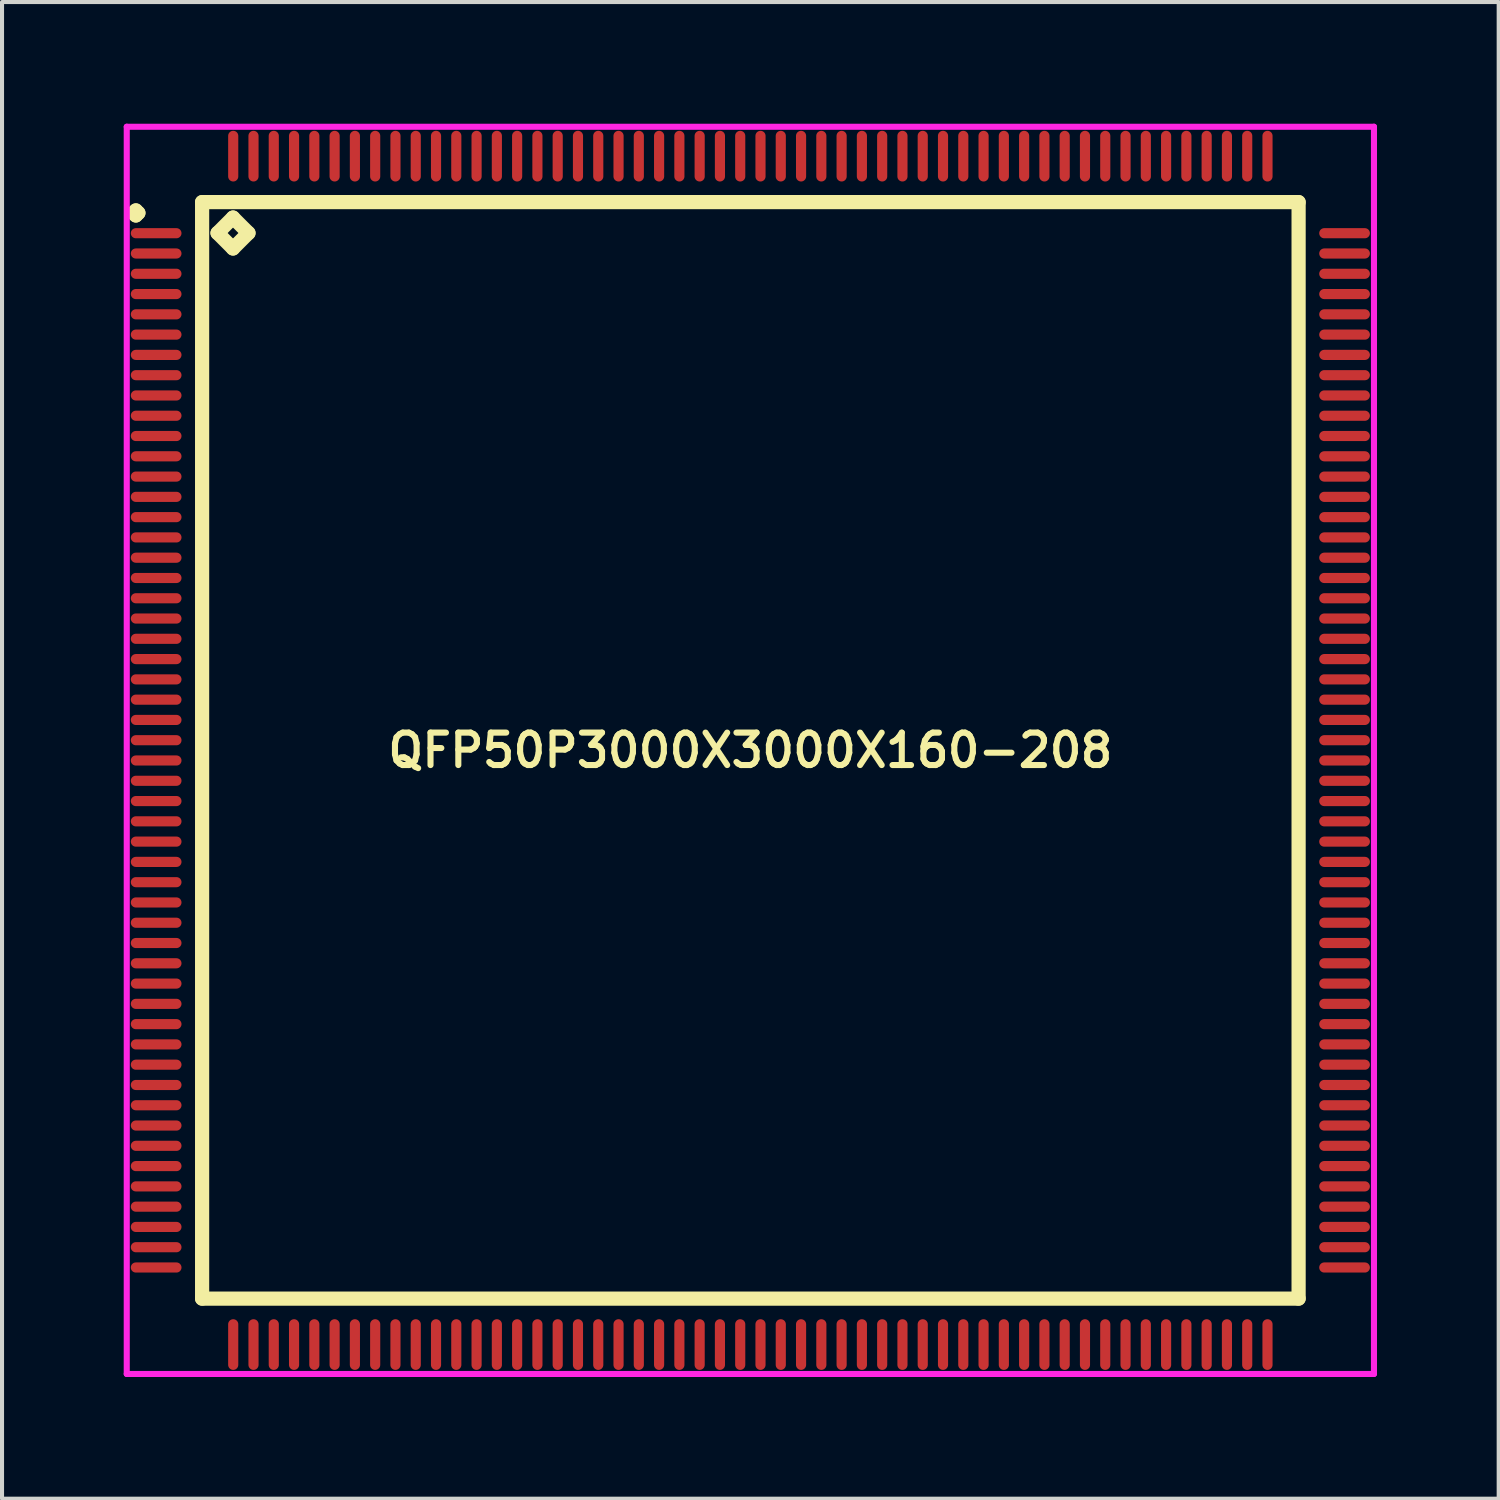
<source format=kicad_pcb>
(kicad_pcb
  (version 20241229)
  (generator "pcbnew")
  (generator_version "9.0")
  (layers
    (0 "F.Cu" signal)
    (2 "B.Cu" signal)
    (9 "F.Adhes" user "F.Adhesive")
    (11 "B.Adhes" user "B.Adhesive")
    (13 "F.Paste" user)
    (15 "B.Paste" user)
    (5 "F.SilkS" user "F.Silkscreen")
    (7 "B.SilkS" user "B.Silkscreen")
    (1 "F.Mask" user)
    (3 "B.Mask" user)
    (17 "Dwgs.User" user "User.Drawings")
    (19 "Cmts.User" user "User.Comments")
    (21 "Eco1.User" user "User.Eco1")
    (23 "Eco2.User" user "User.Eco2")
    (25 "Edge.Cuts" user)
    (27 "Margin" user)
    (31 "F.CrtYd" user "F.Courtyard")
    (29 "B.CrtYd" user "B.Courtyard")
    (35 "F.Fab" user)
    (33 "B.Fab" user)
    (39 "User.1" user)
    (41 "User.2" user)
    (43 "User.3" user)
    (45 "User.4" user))
  (footprint "QFP50P3000X3000X160-208"
    (layer "F.Cu")
    (at 15.45 15.45)
    (property "Reference" "QFP50P3000X3000X160-208" (at 0 0 0) (layer "F.SilkS") (effects (font (size 0.8 0.8) (thickness 0.15))))
    (attr through_hole)
    (fp_line (start -15.213 -13.25) (end -15.15 -13.312) (stroke (width 0.35) (type solid)) (layer "F.SilkS"))
    (fp_line (start -15.15 -13.312) (end -15.088 -13.25) (stroke (width 0.35) (type solid)) (layer "F.SilkS"))
    (fp_line (start -15.15 -13.188) (end -15.213 -13.25) (stroke (width 0.35) (type solid)) (layer "F.SilkS"))
    (fp_line (start -15.088 -13.25) (end -15.15 -13.188) (stroke (width 0.35) (type solid)) (layer "F.SilkS"))
    (fp_line (start -13.517 -13.517) (end -13.517 13.517) (stroke (width 0.35) (type solid)) (layer "F.SilkS"))
    (fp_line (start -13.517 13.517) (end 13.517 13.517) (stroke (width 0.35) (type solid)) (layer "F.SilkS"))
    (fp_line (start -13.136 -12.755) (end -12.755 -13.136) (stroke (width 0.35) (type solid)) (layer "F.SilkS"))
    (fp_line (start -12.755 -13.136) (end -12.374 -12.755) (stroke (width 0.35) (type solid)) (layer "F.SilkS"))
    (fp_line (start -12.755 -12.374) (end -13.136 -12.755) (stroke (width 0.35) (type solid)) (layer "F.SilkS"))
    (fp_line (start -12.374 -12.755) (end -12.755 -12.374) (stroke (width 0.35) (type solid)) (layer "F.SilkS"))
    (fp_line (start 13.517 -13.517) (end -13.517 -13.517) (stroke (width 0.35) (type solid)) (layer "F.SilkS"))
    (fp_line (start 13.517 13.517) (end 13.517 -13.517) (stroke (width 0.35) (type solid)) (layer "F.SilkS"))
    (fp_line (start -15.375 -15.375) (end 15.375 -15.375) (stroke (width 0.15) (type solid)) (layer "F.CrtYd"))
    (fp_line (start -15.375 15.375) (end -15.375 -15.375) (stroke (width 0.15) (type solid)) (layer "F.CrtYd"))
    (fp_line (start 15.375 -15.375) (end 15.375 15.375) (stroke (width 0.15) (type solid)) (layer "F.CrtYd"))
    (fp_line (start 15.375 15.375) (end -15.375 15.375) (stroke (width 0.15) (type solid)) (layer "F.CrtYd"))
    (pad "1" smd oval (at -14.65 -12.75) (size 1.25 0.25) (layers "F.Cu" "F.Mask" "F.Paste"))
    (pad "2" smd oval (at -14.65 -12.25) (size 1.25 0.25) (layers "F.Cu" "F.Mask" "F.Paste"))
    (pad "3" smd oval (at -14.65 -11.75) (size 1.25 0.25) (layers "F.Cu" "F.Mask" "F.Paste"))
    (pad "4" smd oval (at -14.65 -11.25) (size 1.25 0.25) (layers "F.Cu" "F.Mask" "F.Paste"))
    (pad "5" smd oval (at -14.65 -10.75) (size 1.25 0.25) (layers "F.Cu" "F.Mask" "F.Paste"))
    (pad "6" smd oval (at -14.65 -10.25) (size 1.25 0.25) (layers "F.Cu" "F.Mask" "F.Paste"))
    (pad "7" smd oval (at -14.65 -9.75) (size 1.25 0.25) (layers "F.Cu" "F.Mask" "F.Paste"))
    (pad "8" smd oval (at -14.65 -9.25) (size 1.25 0.25) (layers "F.Cu" "F.Mask" "F.Paste"))
    (pad "9" smd oval (at -14.65 -8.75) (size 1.25 0.25) (layers "F.Cu" "F.Mask" "F.Paste"))
    (pad "10" smd oval (at -14.65 -8.25) (size 1.25 0.25) (layers "F.Cu" "F.Mask" "F.Paste"))
    (pad "11" smd oval (at -14.65 -7.75) (size 1.25 0.25) (layers "F.Cu" "F.Mask" "F.Paste"))
    (pad "12" smd oval (at -14.65 -7.25) (size 1.25 0.25) (layers "F.Cu" "F.Mask" "F.Paste"))
    (pad "13" smd oval (at -14.65 -6.75) (size 1.25 0.25) (layers "F.Cu" "F.Mask" "F.Paste"))
    (pad "14" smd oval (at -14.65 -6.25) (size 1.25 0.25) (layers "F.Cu" "F.Mask" "F.Paste"))
    (pad "15" smd oval (at -14.65 -5.75) (size 1.25 0.25) (layers "F.Cu" "F.Mask" "F.Paste"))
    (pad "16" smd oval (at -14.65 -5.25) (size 1.25 0.25) (layers "F.Cu" "F.Mask" "F.Paste"))
    (pad "17" smd oval (at -14.65 -4.75) (size 1.25 0.25) (layers "F.Cu" "F.Mask" "F.Paste"))
    (pad "18" smd oval (at -14.65 -4.25) (size 1.25 0.25) (layers "F.Cu" "F.Mask" "F.Paste"))
    (pad "19" smd oval (at -14.65 -3.75) (size 1.25 0.25) (layers "F.Cu" "F.Mask" "F.Paste"))
    (pad "20" smd oval (at -14.65 -3.25) (size 1.25 0.25) (layers "F.Cu" "F.Mask" "F.Paste"))
    (pad "21" smd oval (at -14.65 -2.75) (size 1.25 0.25) (layers "F.Cu" "F.Mask" "F.Paste"))
    (pad "22" smd oval (at -14.65 -2.25) (size 1.25 0.25) (layers "F.Cu" "F.Mask" "F.Paste"))
    (pad "23" smd oval (at -14.65 -1.75) (size 1.25 0.25) (layers "F.Cu" "F.Mask" "F.Paste"))
    (pad "24" smd oval (at -14.65 -1.25) (size 1.25 0.25) (layers "F.Cu" "F.Mask" "F.Paste"))
    (pad "25" smd oval (at -14.65 -0.75) (size 1.25 0.25) (layers "F.Cu" "F.Mask" "F.Paste"))
    (pad "26" smd oval (at -14.65 -0.25) (size 1.25 0.25) (layers "F.Cu" "F.Mask" "F.Paste"))
    (pad "27" smd oval (at -14.65 0.25) (size 1.25 0.25) (layers "F.Cu" "F.Mask" "F.Paste"))
    (pad "28" smd oval (at -14.65 0.75) (size 1.25 0.25) (layers "F.Cu" "F.Mask" "F.Paste"))
    (pad "29" smd oval (at -14.65 1.25) (size 1.25 0.25) (layers "F.Cu" "F.Mask" "F.Paste"))
    (pad "30" smd oval (at -14.65 1.75) (size 1.25 0.25) (layers "F.Cu" "F.Mask" "F.Paste"))
    (pad "31" smd oval (at -14.65 2.25) (size 1.25 0.25) (layers "F.Cu" "F.Mask" "F.Paste"))
    (pad "32" smd oval (at -14.65 2.75) (size 1.25 0.25) (layers "F.Cu" "F.Mask" "F.Paste"))
    (pad "33" smd oval (at -14.65 3.25) (size 1.25 0.25) (layers "F.Cu" "F.Mask" "F.Paste"))
    (pad "34" smd oval (at -14.65 3.75) (size 1.25 0.25) (layers "F.Cu" "F.Mask" "F.Paste"))
    (pad "35" smd oval (at -14.65 4.25) (size 1.25 0.25) (layers "F.Cu" "F.Mask" "F.Paste"))
    (pad "36" smd oval (at -14.65 4.75) (size 1.25 0.25) (layers "F.Cu" "F.Mask" "F.Paste"))
    (pad "37" smd oval (at -14.65 5.25) (size 1.25 0.25) (layers "F.Cu" "F.Mask" "F.Paste"))
    (pad "38" smd oval (at -14.65 5.75) (size 1.25 0.25) (layers "F.Cu" "F.Mask" "F.Paste"))
    (pad "39" smd oval (at -14.65 6.25) (size 1.25 0.25) (layers "F.Cu" "F.Mask" "F.Paste"))
    (pad "40" smd oval (at -14.65 6.75) (size 1.25 0.25) (layers "F.Cu" "F.Mask" "F.Paste"))
    (pad "41" smd oval (at -14.65 7.25) (size 1.25 0.25) (layers "F.Cu" "F.Mask" "F.Paste"))
    (pad "42" smd oval (at -14.65 7.75) (size 1.25 0.25) (layers "F.Cu" "F.Mask" "F.Paste"))
    (pad "43" smd oval (at -14.65 8.25) (size 1.25 0.25) (layers "F.Cu" "F.Mask" "F.Paste"))
    (pad "44" smd oval (at -14.65 8.75) (size 1.25 0.25) (layers "F.Cu" "F.Mask" "F.Paste"))
    (pad "45" smd oval (at -14.65 9.25) (size 1.25 0.25) (layers "F.Cu" "F.Mask" "F.Paste"))
    (pad "46" smd oval (at -14.65 9.75) (size 1.25 0.25) (layers "F.Cu" "F.Mask" "F.Paste"))
    (pad "47" smd oval (at -14.65 10.25) (size 1.25 0.25) (layers "F.Cu" "F.Mask" "F.Paste"))
    (pad "48" smd oval (at -14.65 10.75) (size 1.25 0.25) (layers "F.Cu" "F.Mask" "F.Paste"))
    (pad "49" smd oval (at -14.65 11.25) (size 1.25 0.25) (layers "F.Cu" "F.Mask" "F.Paste"))
    (pad "50" smd oval (at -14.65 11.75) (size 1.25 0.25) (layers "F.Cu" "F.Mask" "F.Paste"))
    (pad "51" smd oval (at -14.65 12.25) (size 1.25 0.25) (layers "F.Cu" "F.Mask" "F.Paste"))
    (pad "52" smd oval (at -14.65 12.75) (size 1.25 0.25) (layers "F.Cu" "F.Mask" "F.Paste"))
    (pad "53" smd oval (at -12.75 14.65) (size 0.25 1.25) (layers "F.Cu" "F.Mask" "F.Paste"))
    (pad "54" smd oval (at -12.25 14.65) (size 0.25 1.25) (layers "F.Cu" "F.Mask" "F.Paste"))
    (pad "55" smd oval (at -11.75 14.65) (size 0.25 1.25) (layers "F.Cu" "F.Mask" "F.Paste"))
    (pad "56" smd oval (at -11.25 14.65) (size 0.25 1.25) (layers "F.Cu" "F.Mask" "F.Paste"))
    (pad "57" smd oval (at -10.75 14.65) (size 0.25 1.25) (layers "F.Cu" "F.Mask" "F.Paste"))
    (pad "58" smd oval (at -10.25 14.65) (size 0.25 1.25) (layers "F.Cu" "F.Mask" "F.Paste"))
    (pad "59" smd oval (at -9.75 14.65) (size 0.25 1.25) (layers "F.Cu" "F.Mask" "F.Paste"))
    (pad "60" smd oval (at -9.25 14.65) (size 0.25 1.25) (layers "F.Cu" "F.Mask" "F.Paste"))
    (pad "61" smd oval (at -8.75 14.65) (size 0.25 1.25) (layers "F.Cu" "F.Mask" "F.Paste"))
    (pad "62" smd oval (at -8.25 14.65) (size 0.25 1.25) (layers "F.Cu" "F.Mask" "F.Paste"))
    (pad "63" smd oval (at -7.75 14.65) (size 0.25 1.25) (layers "F.Cu" "F.Mask" "F.Paste"))
    (pad "64" smd oval (at -7.25 14.65) (size 0.25 1.25) (layers "F.Cu" "F.Mask" "F.Paste"))
    (pad "65" smd oval (at -6.75 14.65) (size 0.25 1.25) (layers "F.Cu" "F.Mask" "F.Paste"))
    (pad "66" smd oval (at -6.25 14.65) (size 0.25 1.25) (layers "F.Cu" "F.Mask" "F.Paste"))
    (pad "67" smd oval (at -5.75 14.65) (size 0.25 1.25) (layers "F.Cu" "F.Mask" "F.Paste"))
    (pad "68" smd oval (at -5.25 14.65) (size 0.25 1.25) (layers "F.Cu" "F.Mask" "F.Paste"))
    (pad "69" smd oval (at -4.75 14.65) (size 0.25 1.25) (layers "F.Cu" "F.Mask" "F.Paste"))
    (pad "70" smd oval (at -4.25 14.65) (size 0.25 1.25) (layers "F.Cu" "F.Mask" "F.Paste"))
    (pad "71" smd oval (at -3.75 14.65) (size 0.25 1.25) (layers "F.Cu" "F.Mask" "F.Paste"))
    (pad "72" smd oval (at -3.25 14.65) (size 0.25 1.25) (layers "F.Cu" "F.Mask" "F.Paste"))
    (pad "73" smd oval (at -2.75 14.65) (size 0.25 1.25) (layers "F.Cu" "F.Mask" "F.Paste"))
    (pad "74" smd oval (at -2.25 14.65) (size 0.25 1.25) (layers "F.Cu" "F.Mask" "F.Paste"))
    (pad "75" smd oval (at -1.75 14.65) (size 0.25 1.25) (layers "F.Cu" "F.Mask" "F.Paste"))
    (pad "76" smd oval (at -1.25 14.65) (size 0.25 1.25) (layers "F.Cu" "F.Mask" "F.Paste"))
    (pad "77" smd oval (at -0.75 14.65) (size 0.25 1.25) (layers "F.Cu" "F.Mask" "F.Paste"))
    (pad "78" smd oval (at -0.25 14.65) (size 0.25 1.25) (layers "F.Cu" "F.Mask" "F.Paste"))
    (pad "79" smd oval (at 0.25 14.65) (size 0.25 1.25) (layers "F.Cu" "F.Mask" "F.Paste"))
    (pad "80" smd oval (at 0.75 14.65) (size 0.25 1.25) (layers "F.Cu" "F.Mask" "F.Paste"))
    (pad "81" smd oval (at 1.25 14.65) (size 0.25 1.25) (layers "F.Cu" "F.Mask" "F.Paste"))
    (pad "82" smd oval (at 1.75 14.65) (size 0.25 1.25) (layers "F.Cu" "F.Mask" "F.Paste"))
    (pad "83" smd oval (at 2.25 14.65) (size 0.25 1.25) (layers "F.Cu" "F.Mask" "F.Paste"))
    (pad "84" smd oval (at 2.75 14.65) (size 0.25 1.25) (layers "F.Cu" "F.Mask" "F.Paste"))
    (pad "85" smd oval (at 3.25 14.65) (size 0.25 1.25) (layers "F.Cu" "F.Mask" "F.Paste"))
    (pad "86" smd oval (at 3.75 14.65) (size 0.25 1.25) (layers "F.Cu" "F.Mask" "F.Paste"))
    (pad "87" smd oval (at 4.25 14.65) (size 0.25 1.25) (layers "F.Cu" "F.Mask" "F.Paste"))
    (pad "88" smd oval (at 4.75 14.65) (size 0.25 1.25) (layers "F.Cu" "F.Mask" "F.Paste"))
    (pad "89" smd oval (at 5.25 14.65) (size 0.25 1.25) (layers "F.Cu" "F.Mask" "F.Paste"))
    (pad "90" smd oval (at 5.75 14.65) (size 0.25 1.25) (layers "F.Cu" "F.Mask" "F.Paste"))
    (pad "91" smd oval (at 6.25 14.65) (size 0.25 1.25) (layers "F.Cu" "F.Mask" "F.Paste"))
    (pad "92" smd oval (at 6.75 14.65) (size 0.25 1.25) (layers "F.Cu" "F.Mask" "F.Paste"))
    (pad "93" smd oval (at 7.25 14.65) (size 0.25 1.25) (layers "F.Cu" "F.Mask" "F.Paste"))
    (pad "94" smd oval (at 7.75 14.65) (size 0.25 1.25) (layers "F.Cu" "F.Mask" "F.Paste"))
    (pad "95" smd oval (at 8.25 14.65) (size 0.25 1.25) (layers "F.Cu" "F.Mask" "F.Paste"))
    (pad "96" smd oval (at 8.75 14.65) (size 0.25 1.25) (layers "F.Cu" "F.Mask" "F.Paste"))
    (pad "97" smd oval (at 9.25 14.65) (size 0.25 1.25) (layers "F.Cu" "F.Mask" "F.Paste"))
    (pad "98" smd oval (at 9.75 14.65) (size 0.25 1.25) (layers "F.Cu" "F.Mask" "F.Paste"))
    (pad "99" smd oval (at 10.25 14.65) (size 0.25 1.25) (layers "F.Cu" "F.Mask" "F.Paste"))
    (pad "100" smd oval (at 10.75 14.65) (size 0.25 1.25) (layers "F.Cu" "F.Mask" "F.Paste"))
    (pad "101" smd oval (at 11.25 14.65) (size 0.25 1.25) (layers "F.Cu" "F.Mask" "F.Paste"))
    (pad "102" smd oval (at 11.75 14.65) (size 0.25 1.25) (layers "F.Cu" "F.Mask" "F.Paste"))
    (pad "103" smd oval (at 12.25 14.65) (size 0.25 1.25) (layers "F.Cu" "F.Mask" "F.Paste"))
    (pad "104" smd oval (at 12.75 14.65) (size 0.25 1.25) (layers "F.Cu" "F.Mask" "F.Paste"))
    (pad "105" smd oval (at 14.65 12.75) (size 1.25 0.25) (layers "F.Cu" "F.Mask" "F.Paste"))
    (pad "106" smd oval (at 14.65 12.25) (size 1.25 0.25) (layers "F.Cu" "F.Mask" "F.Paste"))
    (pad "107" smd oval (at 14.65 11.75) (size 1.25 0.25) (layers "F.Cu" "F.Mask" "F.Paste"))
    (pad "108" smd oval (at 14.65 11.25) (size 1.25 0.25) (layers "F.Cu" "F.Mask" "F.Paste"))
    (pad "109" smd oval (at 14.65 10.75) (size 1.25 0.25) (layers "F.Cu" "F.Mask" "F.Paste"))
    (pad "110" smd oval (at 14.65 10.25) (size 1.25 0.25) (layers "F.Cu" "F.Mask" "F.Paste"))
    (pad "111" smd oval (at 14.65 9.75) (size 1.25 0.25) (layers "F.Cu" "F.Mask" "F.Paste"))
    (pad "112" smd oval (at 14.65 9.25) (size 1.25 0.25) (layers "F.Cu" "F.Mask" "F.Paste"))
    (pad "113" smd oval (at 14.65 8.75) (size 1.25 0.25) (layers "F.Cu" "F.Mask" "F.Paste"))
    (pad "114" smd oval (at 14.65 8.25) (size 1.25 0.25) (layers "F.Cu" "F.Mask" "F.Paste"))
    (pad "115" smd oval (at 14.65 7.75) (size 1.25 0.25) (layers "F.Cu" "F.Mask" "F.Paste"))
    (pad "116" smd oval (at 14.65 7.25) (size 1.25 0.25) (layers "F.Cu" "F.Mask" "F.Paste"))
    (pad "117" smd oval (at 14.65 6.75) (size 1.25 0.25) (layers "F.Cu" "F.Mask" "F.Paste"))
    (pad "118" smd oval (at 14.65 6.25) (size 1.25 0.25) (layers "F.Cu" "F.Mask" "F.Paste"))
    (pad "119" smd oval (at 14.65 5.75) (size 1.25 0.25) (layers "F.Cu" "F.Mask" "F.Paste"))
    (pad "120" smd oval (at 14.65 5.25) (size 1.25 0.25) (layers "F.Cu" "F.Mask" "F.Paste"))
    (pad "121" smd oval (at 14.65 4.75) (size 1.25 0.25) (layers "F.Cu" "F.Mask" "F.Paste"))
    (pad "122" smd oval (at 14.65 4.25) (size 1.25 0.25) (layers "F.Cu" "F.Mask" "F.Paste"))
    (pad "123" smd oval (at 14.65 3.75) (size 1.25 0.25) (layers "F.Cu" "F.Mask" "F.Paste"))
    (pad "124" smd oval (at 14.65 3.25) (size 1.25 0.25) (layers "F.Cu" "F.Mask" "F.Paste"))
    (pad "125" smd oval (at 14.65 2.75) (size 1.25 0.25) (layers "F.Cu" "F.Mask" "F.Paste"))
    (pad "126" smd oval (at 14.65 2.25) (size 1.25 0.25) (layers "F.Cu" "F.Mask" "F.Paste"))
    (pad "127" smd oval (at 14.65 1.75) (size 1.25 0.25) (layers "F.Cu" "F.Mask" "F.Paste"))
    (pad "128" smd oval (at 14.65 1.25) (size 1.25 0.25) (layers "F.Cu" "F.Mask" "F.Paste"))
    (pad "129" smd oval (at 14.65 0.75) (size 1.25 0.25) (layers "F.Cu" "F.Mask" "F.Paste"))
    (pad "130" smd oval (at 14.65 0.25) (size 1.25 0.25) (layers "F.Cu" "F.Mask" "F.Paste"))
    (pad "131" smd oval (at 14.65 -0.25) (size 1.25 0.25) (layers "F.Cu" "F.Mask" "F.Paste"))
    (pad "132" smd oval (at 14.65 -0.75) (size 1.25 0.25) (layers "F.Cu" "F.Mask" "F.Paste"))
    (pad "133" smd oval (at 14.65 -1.25) (size 1.25 0.25) (layers "F.Cu" "F.Mask" "F.Paste"))
    (pad "134" smd oval (at 14.65 -1.75) (size 1.25 0.25) (layers "F.Cu" "F.Mask" "F.Paste"))
    (pad "135" smd oval (at 14.65 -2.25) (size 1.25 0.25) (layers "F.Cu" "F.Mask" "F.Paste"))
    (pad "136" smd oval (at 14.65 -2.75) (size 1.25 0.25) (layers "F.Cu" "F.Mask" "F.Paste"))
    (pad "137" smd oval (at 14.65 -3.25) (size 1.25 0.25) (layers "F.Cu" "F.Mask" "F.Paste"))
    (pad "138" smd oval (at 14.65 -3.75) (size 1.25 0.25) (layers "F.Cu" "F.Mask" "F.Paste"))
    (pad "139" smd oval (at 14.65 -4.25) (size 1.25 0.25) (layers "F.Cu" "F.Mask" "F.Paste"))
    (pad "140" smd oval (at 14.65 -4.75) (size 1.25 0.25) (layers "F.Cu" "F.Mask" "F.Paste"))
    (pad "141" smd oval (at 14.65 -5.25) (size 1.25 0.25) (layers "F.Cu" "F.Mask" "F.Paste"))
    (pad "142" smd oval (at 14.65 -5.75) (size 1.25 0.25) (layers "F.Cu" "F.Mask" "F.Paste"))
    (pad "143" smd oval (at 14.65 -6.25) (size 1.25 0.25) (layers "F.Cu" "F.Mask" "F.Paste"))
    (pad "144" smd oval (at 14.65 -6.75) (size 1.25 0.25) (layers "F.Cu" "F.Mask" "F.Paste"))
    (pad "145" smd oval (at 14.65 -7.25) (size 1.25 0.25) (layers "F.Cu" "F.Mask" "F.Paste"))
    (pad "146" smd oval (at 14.65 -7.75) (size 1.25 0.25) (layers "F.Cu" "F.Mask" "F.Paste"))
    (pad "147" smd oval (at 14.65 -8.25) (size 1.25 0.25) (layers "F.Cu" "F.Mask" "F.Paste"))
    (pad "148" smd oval (at 14.65 -8.75) (size 1.25 0.25) (layers "F.Cu" "F.Mask" "F.Paste"))
    (pad "149" smd oval (at 14.65 -9.25) (size 1.25 0.25) (layers "F.Cu" "F.Mask" "F.Paste"))
    (pad "150" smd oval (at 14.65 -9.75) (size 1.25 0.25) (layers "F.Cu" "F.Mask" "F.Paste"))
    (pad "151" smd oval (at 14.65 -10.25) (size 1.25 0.25) (layers "F.Cu" "F.Mask" "F.Paste"))
    (pad "152" smd oval (at 14.65 -10.75) (size 1.25 0.25) (layers "F.Cu" "F.Mask" "F.Paste"))
    (pad "153" smd oval (at 14.65 -11.25) (size 1.25 0.25) (layers "F.Cu" "F.Mask" "F.Paste"))
    (pad "154" smd oval (at 14.65 -11.75) (size 1.25 0.25) (layers "F.Cu" "F.Mask" "F.Paste"))
    (pad "155" smd oval (at 14.65 -12.25) (size 1.25 0.25) (layers "F.Cu" "F.Mask" "F.Paste"))
    (pad "156" smd oval (at 14.65 -12.75) (size 1.25 0.25) (layers "F.Cu" "F.Mask" "F.Paste"))
    (pad "157" smd oval (at 12.75 -14.65) (size 0.25 1.25) (layers "F.Cu" "F.Mask" "F.Paste"))
    (pad "158" smd oval (at 12.25 -14.65) (size 0.25 1.25) (layers "F.Cu" "F.Mask" "F.Paste"))
    (pad "159" smd oval (at 11.75 -14.65) (size 0.25 1.25) (layers "F.Cu" "F.Mask" "F.Paste"))
    (pad "160" smd oval (at 11.25 -14.65) (size 0.25 1.25) (layers "F.Cu" "F.Mask" "F.Paste"))
    (pad "161" smd oval (at 10.75 -14.65) (size 0.25 1.25) (layers "F.Cu" "F.Mask" "F.Paste"))
    (pad "162" smd oval (at 10.25 -14.65) (size 0.25 1.25) (layers "F.Cu" "F.Mask" "F.Paste"))
    (pad "163" smd oval (at 9.75 -14.65) (size 0.25 1.25) (layers "F.Cu" "F.Mask" "F.Paste"))
    (pad "164" smd oval (at 9.25 -14.65) (size 0.25 1.25) (layers "F.Cu" "F.Mask" "F.Paste"))
    (pad "165" smd oval (at 8.75 -14.65) (size 0.25 1.25) (layers "F.Cu" "F.Mask" "F.Paste"))
    (pad "166" smd oval (at 8.25 -14.65) (size 0.25 1.25) (layers "F.Cu" "F.Mask" "F.Paste"))
    (pad "167" smd oval (at 7.75 -14.65) (size 0.25 1.25) (layers "F.Cu" "F.Mask" "F.Paste"))
    (pad "168" smd oval (at 7.25 -14.65) (size 0.25 1.25) (layers "F.Cu" "F.Mask" "F.Paste"))
    (pad "169" smd oval (at 6.75 -14.65) (size 0.25 1.25) (layers "F.Cu" "F.Mask" "F.Paste"))
    (pad "170" smd oval (at 6.25 -14.65) (size 0.25 1.25) (layers "F.Cu" "F.Mask" "F.Paste"))
    (pad "171" smd oval (at 5.75 -14.65) (size 0.25 1.25) (layers "F.Cu" "F.Mask" "F.Paste"))
    (pad "172" smd oval (at 5.25 -14.65) (size 0.25 1.25) (layers "F.Cu" "F.Mask" "F.Paste"))
    (pad "173" smd oval (at 4.75 -14.65) (size 0.25 1.25) (layers "F.Cu" "F.Mask" "F.Paste"))
    (pad "174" smd oval (at 4.25 -14.65) (size 0.25 1.25) (layers "F.Cu" "F.Mask" "F.Paste"))
    (pad "175" smd oval (at 3.75 -14.65) (size 0.25 1.25) (layers "F.Cu" "F.Mask" "F.Paste"))
    (pad "176" smd oval (at 3.25 -14.65) (size 0.25 1.25) (layers "F.Cu" "F.Mask" "F.Paste"))
    (pad "177" smd oval (at 2.75 -14.65) (size 0.25 1.25) (layers "F.Cu" "F.Mask" "F.Paste"))
    (pad "178" smd oval (at 2.25 -14.65) (size 0.25 1.25) (layers "F.Cu" "F.Mask" "F.Paste"))
    (pad "179" smd oval (at 1.75 -14.65) (size 0.25 1.25) (layers "F.Cu" "F.Mask" "F.Paste"))
    (pad "180" smd oval (at 1.25 -14.65) (size 0.25 1.25) (layers "F.Cu" "F.Mask" "F.Paste"))
    (pad "181" smd oval (at 0.75 -14.65) (size 0.25 1.25) (layers "F.Cu" "F.Mask" "F.Paste"))
    (pad "182" smd oval (at 0.25 -14.65) (size 0.25 1.25) (layers "F.Cu" "F.Mask" "F.Paste"))
    (pad "183" smd oval (at -0.25 -14.65) (size 0.25 1.25) (layers "F.Cu" "F.Mask" "F.Paste"))
    (pad "184" smd oval (at -0.75 -14.65) (size 0.25 1.25) (layers "F.Cu" "F.Mask" "F.Paste"))
    (pad "185" smd oval (at -1.25 -14.65) (size 0.25 1.25) (layers "F.Cu" "F.Mask" "F.Paste"))
    (pad "186" smd oval (at -1.75 -14.65) (size 0.25 1.25) (layers "F.Cu" "F.Mask" "F.Paste"))
    (pad "187" smd oval (at -2.25 -14.65) (size 0.25 1.25) (layers "F.Cu" "F.Mask" "F.Paste"))
    (pad "188" smd oval (at -2.75 -14.65) (size 0.25 1.25) (layers "F.Cu" "F.Mask" "F.Paste"))
    (pad "189" smd oval (at -3.25 -14.65) (size 0.25 1.25) (layers "F.Cu" "F.Mask" "F.Paste"))
    (pad "190" smd oval (at -3.75 -14.65) (size 0.25 1.25) (layers "F.Cu" "F.Mask" "F.Paste"))
    (pad "191" smd oval (at -4.25 -14.65) (size 0.25 1.25) (layers "F.Cu" "F.Mask" "F.Paste"))
    (pad "192" smd oval (at -4.75 -14.65) (size 0.25 1.25) (layers "F.Cu" "F.Mask" "F.Paste"))
    (pad "193" smd oval (at -5.25 -14.65) (size 0.25 1.25) (layers "F.Cu" "F.Mask" "F.Paste"))
    (pad "194" smd oval (at -5.75 -14.65) (size 0.25 1.25) (layers "F.Cu" "F.Mask" "F.Paste"))
    (pad "195" smd oval (at -6.25 -14.65) (size 0.25 1.25) (layers "F.Cu" "F.Mask" "F.Paste"))
    (pad "196" smd oval (at -6.75 -14.65) (size 0.25 1.25) (layers "F.Cu" "F.Mask" "F.Paste"))
    (pad "197" smd oval (at -7.25 -14.65) (size 0.25 1.25) (layers "F.Cu" "F.Mask" "F.Paste"))
    (pad "198" smd oval (at -7.75 -14.65) (size 0.25 1.25) (layers "F.Cu" "F.Mask" "F.Paste"))
    (pad "199" smd oval (at -8.25 -14.65) (size 0.25 1.25) (layers "F.Cu" "F.Mask" "F.Paste"))
    (pad "200" smd oval (at -8.75 -14.65) (size 0.25 1.25) (layers "F.Cu" "F.Mask" "F.Paste"))
    (pad "201" smd oval (at -9.25 -14.65) (size 0.25 1.25) (layers "F.Cu" "F.Mask" "F.Paste"))
    (pad "202" smd oval (at -9.75 -14.65) (size 0.25 1.25) (layers "F.Cu" "F.Mask" "F.Paste"))
    (pad "203" smd oval (at -10.25 -14.65) (size 0.25 1.25) (layers "F.Cu" "F.Mask" "F.Paste"))
    (pad "204" smd oval (at -10.75 -14.65) (size 0.25 1.25) (layers "F.Cu" "F.Mask" "F.Paste"))
    (pad "205" smd oval (at -11.25 -14.65) (size 0.25 1.25) (layers "F.Cu" "F.Mask" "F.Paste"))
    (pad "206" smd oval (at -11.75 -14.65) (size 0.25 1.25) (layers "F.Cu" "F.Mask" "F.Paste"))
    (pad "207" smd oval (at -12.25 -14.65) (size 0.25 1.25) (layers "F.Cu" "F.Mask" "F.Paste"))
    (pad "208" smd oval (at -12.75 -14.65) (size 0.25 1.25) (layers "F.Cu" "F.Mask" "F.Paste")))
  (gr_rect
    (start -3 -3)
    (end 33.9 33.9)
    (stroke (width 0.1) (type default))
    (fill no)
    (layer "Edge.Cuts")))
</source>
